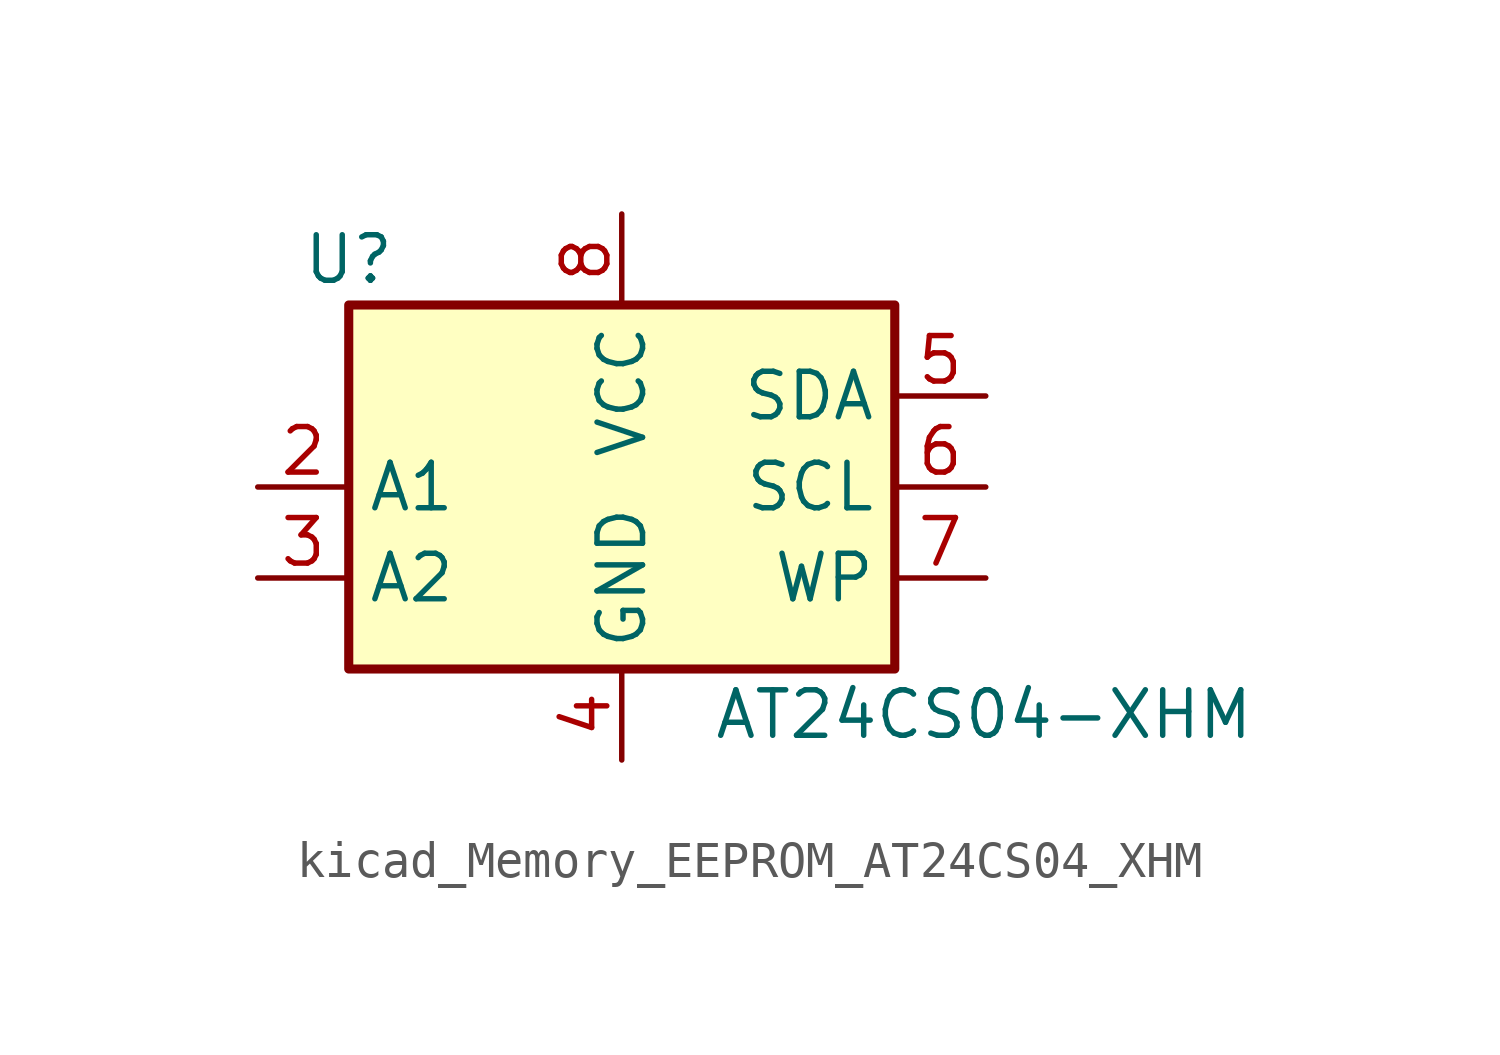
<source format=kicad_sym>
(kicad_symbol_lib
  (version 20220914)
  (generator kicad_symbol_editor)
  (symbol "kicad_Memory_EEPROM_AT24CS04_XHM"
    (property "Reference" "U"
      (at -7.62 6.35 0)
      (effects (font (size 1.27 1.27))))
    (property "Value" "AT24CS04-XHM"
      (at 2.54 -6.35 0)
      (effects (font (size 1.27 1.27)) (justify left)))
    (symbol "kicad_Memory_EEPROM_AT24CS04_XHM_1_1"
      (rectangle (start -7.62 5.08) (end 7.62 -5.08) (stroke (width 0.254) (type default)) (fill (type background)))
      (pin no_connect line (at -7.62 2.54 0) (length 2.54) hide (name "NC" (effects (font (size 1.27 1.27)))) (number "1" (effects (font (size 1.27 1.27)))))
      (pin input line (at -10.16 0 0) (length 2.54) (name "A1" (effects (font (size 1.27 1.27)))) (number "2" (effects (font (size 1.27 1.27)))))
      (pin input line (at -10.16 -2.54 0) (length 2.54) (name "A2" (effects (font (size 1.27 1.27)))) (number "3" (effects (font (size 1.27 1.27)))))
      (pin power_in line (at 0 -7.62 90) (length 2.54) (name "GND" (effects (font (size 1.27 1.27)))) (number "4" (effects (font (size 1.27 1.27)))))
      (pin bidirectional line (at 10.16 2.54 180) (length 2.54) (name "SDA" (effects (font (size 1.27 1.27)))) (number "5" (effects (font (size 1.27 1.27)))))
      (pin input line (at 10.16 0 180) (length 2.54) (name "SCL" (effects (font (size 1.27 1.27)))) (number "6" (effects (font (size 1.27 1.27)))))
      (pin input line (at 10.16 -2.54 180) (length 2.54) (name "WP" (effects (font (size 1.27 1.27)))) (number "7" (effects (font (size 1.27 1.27)))))
      (pin power_in line (at 0 7.62 270) (length 2.54) (name "VCC" (effects (font (size 1.27 1.27)))) (number "8" (effects (font (size 1.27 1.27))))))))
</source>
